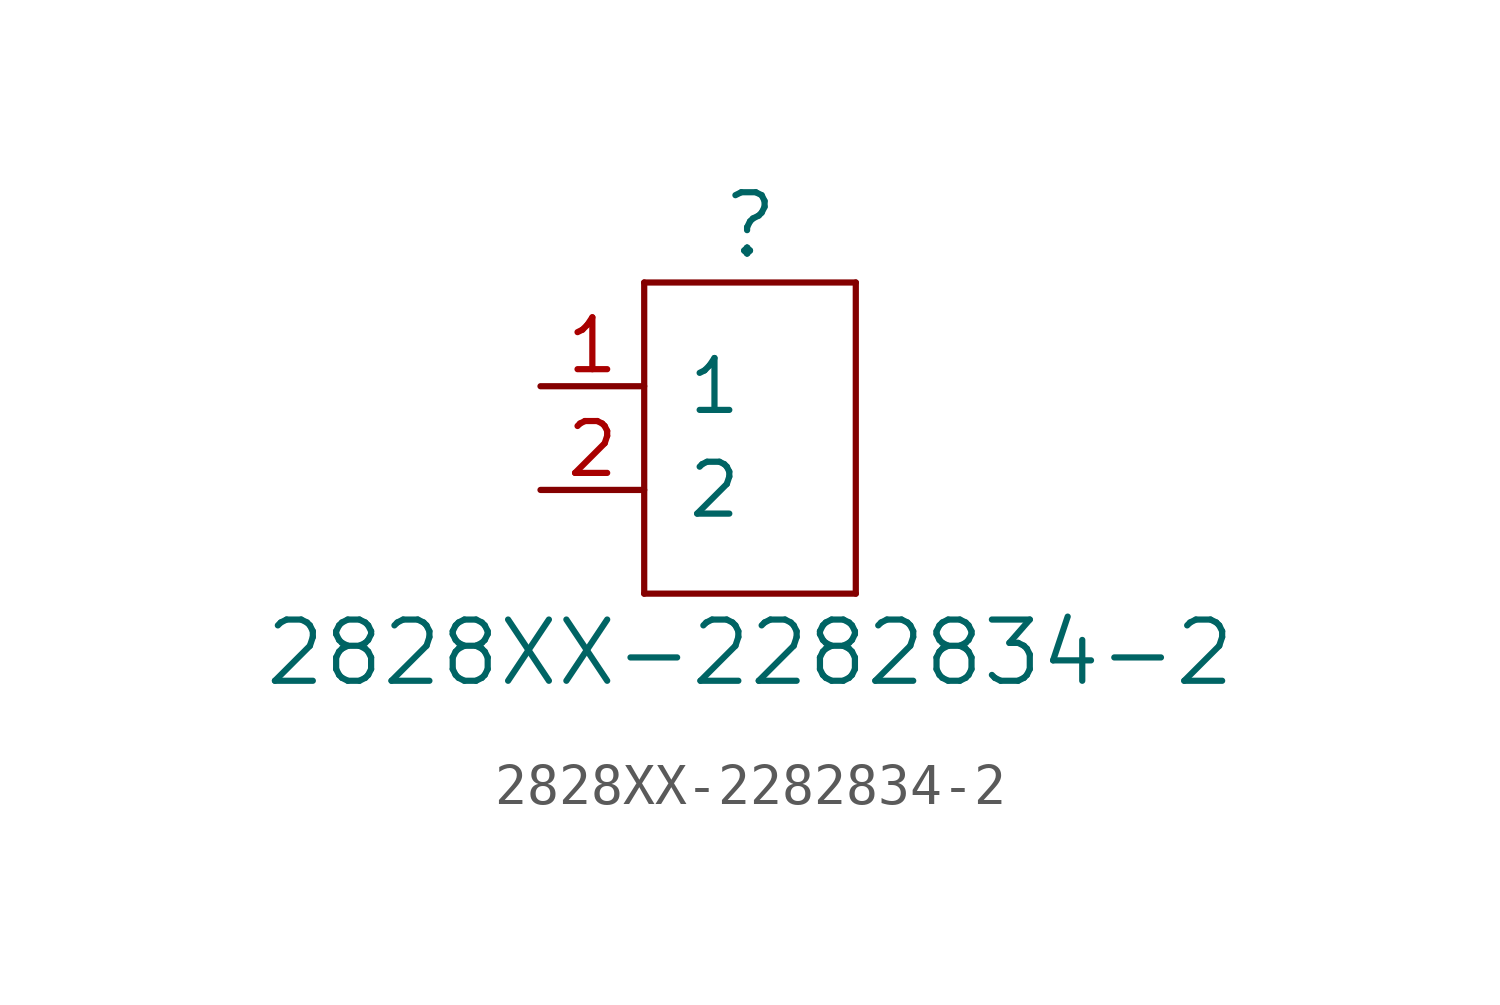
<source format=kicad_sym>
(kicad_symbol_lib
  (version 20211014)
  (generator kicad_symbol_editor)
  (symbol "2828XX-2282834-2"
    (pin_names
      (offset 1.016))
    (property "Reference" ""
      (at 0 6.477 0)
      (effects (font (size 1.499 1.499))))
    (property "Value" "2828XX-2282834-2"
      (at 0 -3.988 0)
      (effects (font (size 1.499 1.499))))
    (property "ki_locked" ""
      (at 0 0 0)
      (effects (font (size 1.27 1.27))))
    (symbol "2828XX-2282834-2_1_0"
      (polyline (pts (xy -2.591 -2.54) (xy -2.591 5.08)) (stroke (width 0) (type default) (color 0 0 0 0)) (fill (type none)))
      (polyline (pts (xy -2.591 5.08) (xy 2.591 5.08)) (stroke (width 0) (type default) (color 0 0 0 0)) (fill (type none)))
      (polyline (pts (xy 2.591 -2.54) (xy -2.591 -2.54)) (stroke (width 0) (type default) (color 0 0 0 0)) (fill (type none)))
      (polyline (pts (xy 2.591 5.08) (xy 2.591 -2.54)) (stroke (width 0) (type default) (color 0 0 0 0)) (fill (type none)))
      (pin bidirectional line (at -5.131 2.54 0) (length 2.54) (name "1" (effects (font (size 1.27 1.27)))) (number "1" (effects (font (size 1.27 1.27)))))
      (pin bidirectional line (at -5.131 0 0) (length 2.54) (name "2" (effects (font (size 1.27 1.27)))) (number "2" (effects (font (size 1.27 1.27))))))))
</source>
